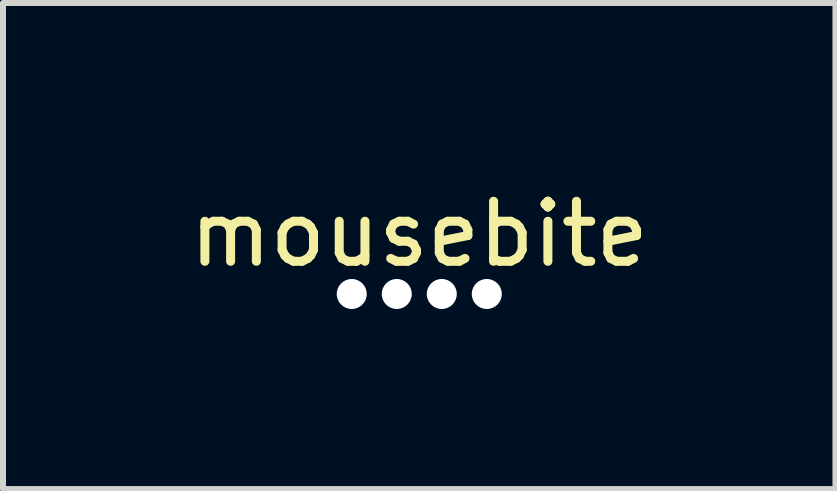
<source format=kicad_pcb>
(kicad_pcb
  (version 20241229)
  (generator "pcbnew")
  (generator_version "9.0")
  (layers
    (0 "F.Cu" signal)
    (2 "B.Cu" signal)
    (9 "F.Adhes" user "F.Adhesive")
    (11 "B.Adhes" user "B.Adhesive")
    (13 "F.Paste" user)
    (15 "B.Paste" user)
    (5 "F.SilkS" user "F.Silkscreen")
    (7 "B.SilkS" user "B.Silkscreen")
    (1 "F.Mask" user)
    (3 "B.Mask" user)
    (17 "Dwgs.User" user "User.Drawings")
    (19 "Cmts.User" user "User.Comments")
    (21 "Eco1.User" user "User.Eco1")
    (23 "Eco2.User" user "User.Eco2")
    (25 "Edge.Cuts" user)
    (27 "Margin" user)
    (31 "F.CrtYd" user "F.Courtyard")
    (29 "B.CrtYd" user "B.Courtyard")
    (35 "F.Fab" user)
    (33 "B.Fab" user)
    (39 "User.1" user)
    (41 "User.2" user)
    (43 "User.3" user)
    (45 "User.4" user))
  (footprint "mousebite"
    (layer "F.Cu")
    (at 3.935 1.848)
    (property "Reference" "mousebite" (at 0 -1 0) (layer "F.SilkS") (effects (font (size 1 1) (thickness 0.15))))
    (attr through_hole)
    (pad "" np_thru_hole circle (at -1.125 0) (size 0.5 0.5) (drill 0.5) (layers "*.Cu" "*.Mask"))
    (pad "" np_thru_hole circle (at -0.375 0) (size 0.5 0.5) (drill 0.5) (layers "*.Cu" "*.Mask"))
    (pad "" np_thru_hole circle (at 0.375 0) (size 0.5 0.5) (drill 0.5) (layers "*.Cu" "*.Mask"))
    (pad "" np_thru_hole circle (at 1.125 0) (size 0.5 0.5) (drill 0.5) (layers "*.Cu" "*.Mask")))
  (gr_rect
    (start -3 -3)
    (end 10.869 5.098)
    (stroke (width 0.1) (type default))
    (fill no)
    (layer "Edge.Cuts")))
</source>
